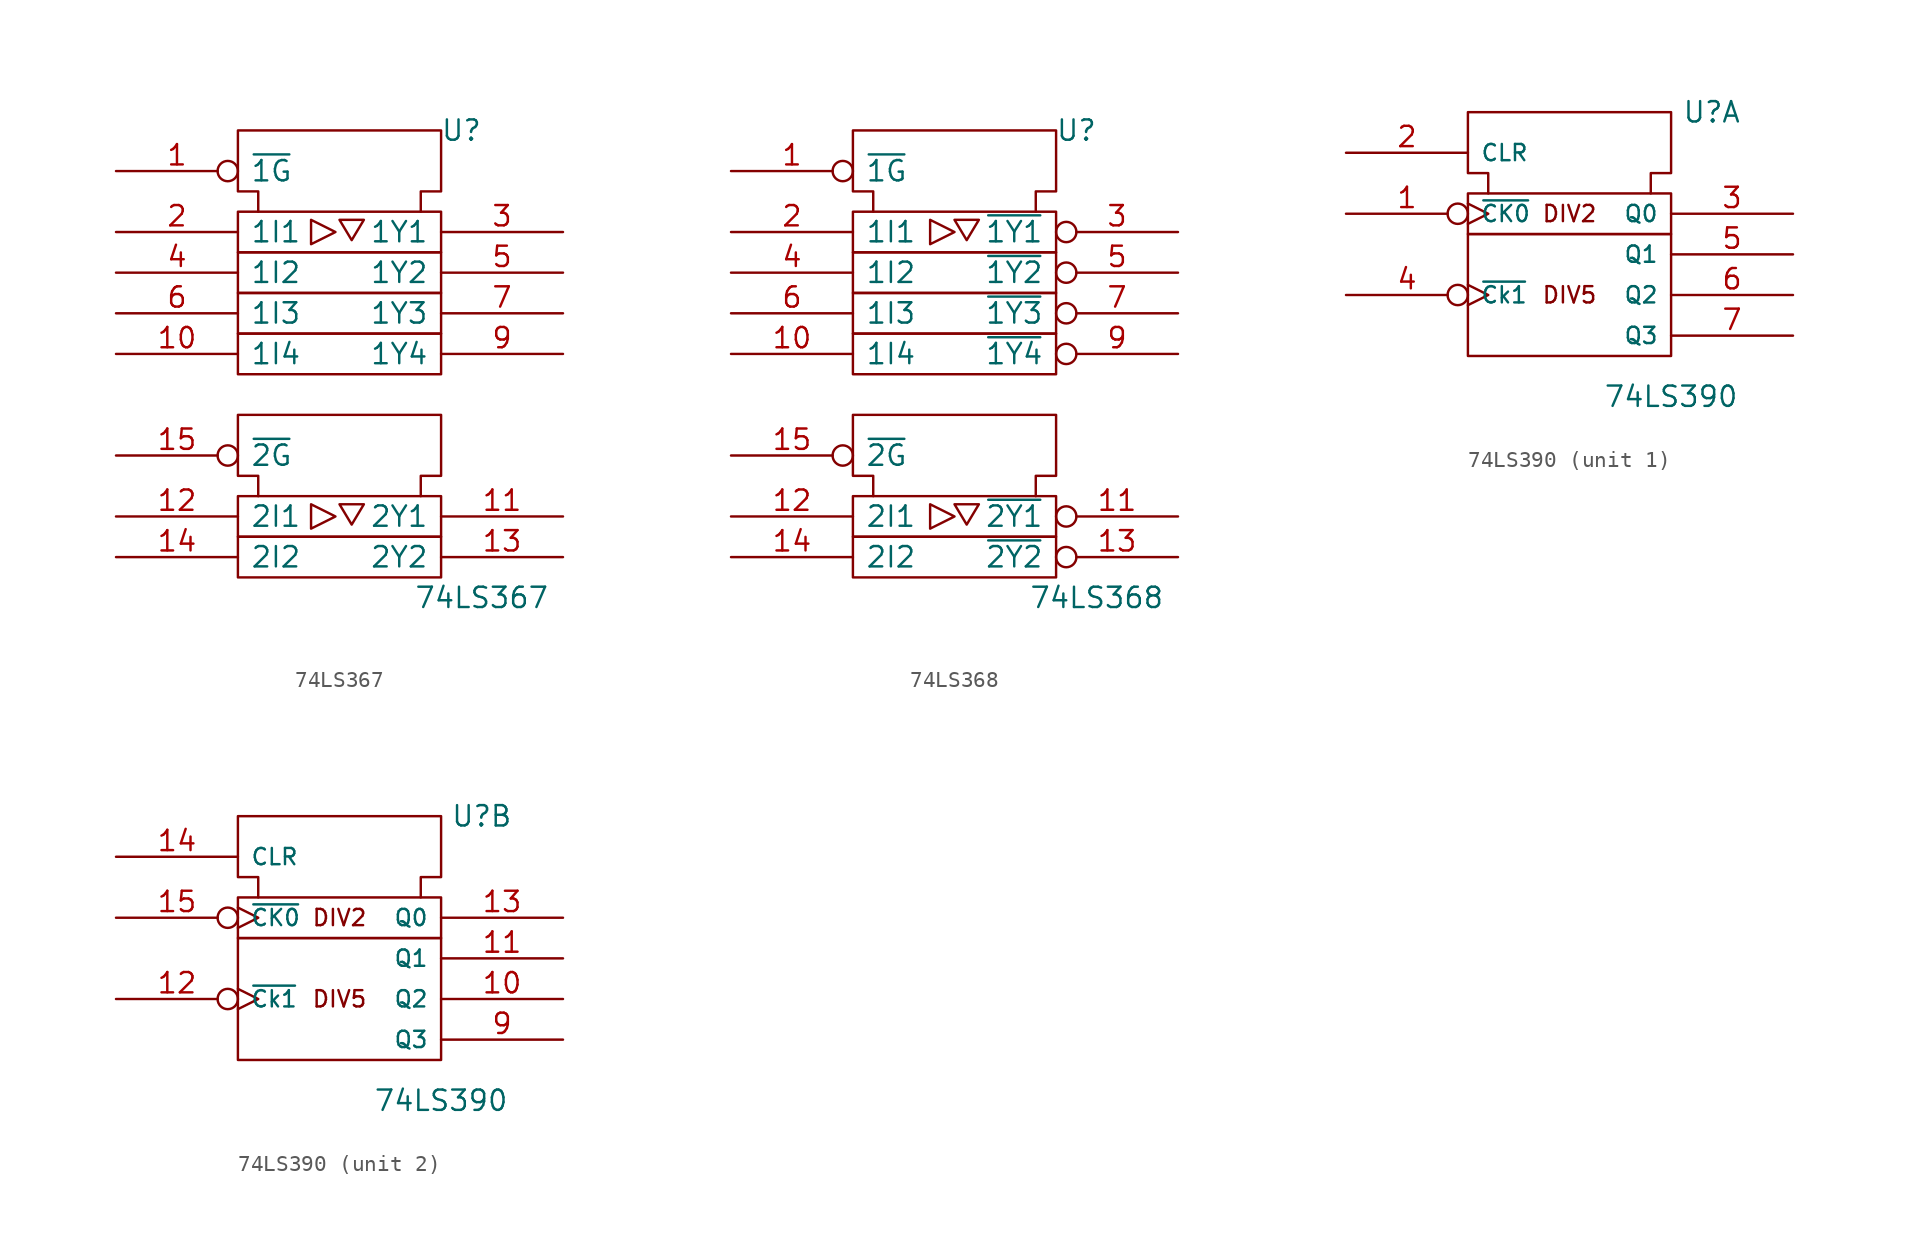
<source format=kicad_sym>
(kicad_symbol_lib
  (version 20211014)
  (generator kicad_symbol_editor)
  (symbol "74LS367"
    (pin_names
      (offset 0.762))
    (property "Reference" "U"
      (at 7.62 8.89 0)
      (effects (font (size 1.27 1.27))))
    (property "Value" "74LS367"
      (at 8.89 -20.32 0)
      (effects (font (size 1.27 1.27))))
    (symbol "74LS367_0_0"
      (rectangle (start -6.35 -16.51) (end 6.35 -19.05) (stroke (width 0) (type default) (color 0 0 0 0)) (fill (type none)))
      (rectangle (start -6.35 -13.97) (end 6.35 -16.51) (stroke (width 0) (type default) (color 0 0 0 0)) (fill (type none)))
      (rectangle (start -6.35 -3.81) (end 6.35 -6.35) (stroke (width 0) (type default) (color 0 0 0 0)) (fill (type none)))
      (rectangle (start -6.35 -1.27) (end 6.35 -3.81) (stroke (width 0) (type default) (color 0 0 0 0)) (fill (type none)))
      (rectangle (start -6.35 1.27) (end 6.35 -1.27) (stroke (width 0) (type default) (color 0 0 0 0)) (fill (type none)))
      (rectangle (start -6.35 3.81) (end 6.35 1.27) (stroke (width 0) (type default) (color 0 0 0 0)) (fill (type none)))
      (polyline (pts (xy -1.778 -14.478) (xy -1.778 -16.002) (xy -0.254 -15.24) (xy -1.778 -14.478) (xy -1.778 -14.478)) (stroke (width 0) (type default) (color 0 0 0 0)) (fill (type none)))
      (polyline (pts (xy -1.778 3.302) (xy -0.254 2.54) (xy -1.778 1.778) (xy -1.778 3.302) (xy -1.778 3.302)) (stroke (width 0) (type default) (color 0 0 0 0)) (fill (type none)))
      (polyline (pts (xy -5.08 -13.97) (xy -5.08 -12.7) (xy -6.35 -12.7) (xy -6.35 -8.89) (xy 6.35 -8.89) (xy 6.35 -12.7) (xy 5.08 -12.7) (xy 5.08 -13.97) (xy 5.08 -13.97)) (stroke (width 0) (type default) (color 0 0 0 0)) (fill (type none)))
      (polyline (pts (xy -5.08 3.81) (xy -5.08 5.08) (xy -6.35 5.08) (xy -6.35 8.89) (xy 6.35 8.89) (xy 6.35 5.08) (xy 5.08 5.08) (xy 5.08 3.81) (xy 5.08 3.81)) (stroke (width 0) (type default) (color 0 0 0 0)) (fill (type none)))
      (pin power_in line (at 5.08 8.89 270) (length 0) hide (name "VCC" (effects (font (size 1.27 1.27)))) (number "16" (effects (font (size 1.27 1.27)))))
      (pin power_in line (at 1.27 8.89 270) (length 0) hide (name "GND" (effects (font (size 1.27 1.27)))) (number "8" (effects (font (size 1.27 1.27))))))
    (symbol "74LS367_0_1"
      (polyline (pts (xy 0 -14.478) (xy 1.524 -14.478) (xy 0.762 -15.748) (xy 0 -14.478) (xy 0 -14.478)) (stroke (width 0) (type default) (color 0 0 0 0)) (fill (type none)))
      (polyline (pts (xy 0 3.302) (xy 1.524 3.302) (xy 0.762 2.032) (xy 0 3.302) (xy 0 3.302)) (stroke (width 0) (type default) (color 0 0 0 0)) (fill (type none))))
    (symbol "74LS367_1_1"
      (pin input inverted (at -13.97 6.35 0) (length 7.62) (name "~{1G}" (effects (font (size 1.27 1.27)))) (number "1" (effects (font (size 1.27 1.27)))))
      (pin input line (at -13.97 -5.08 0) (length 7.62) (name "1I4" (effects (font (size 1.27 1.27)))) (number "10" (effects (font (size 1.27 1.27)))))
      (pin tri_state line (at 13.97 -15.24 180) (length 7.62) (name "2Y1" (effects (font (size 1.27 1.27)))) (number "11" (effects (font (size 1.27 1.27)))))
      (pin input line (at -13.97 -15.24 0) (length 7.62) (name "2I1" (effects (font (size 1.27 1.27)))) (number "12" (effects (font (size 1.27 1.27)))))
      (pin tri_state line (at 13.97 -17.78 180) (length 7.62) (name "2Y2" (effects (font (size 1.27 1.27)))) (number "13" (effects (font (size 1.27 1.27)))))
      (pin input line (at -13.97 -17.78 0) (length 7.62) (name "2I2" (effects (font (size 1.27 1.27)))) (number "14" (effects (font (size 1.27 1.27)))))
      (pin input inverted (at -13.97 -11.43 0) (length 7.62) (name "~{2G}" (effects (font (size 1.27 1.27)))) (number "15" (effects (font (size 1.27 1.27)))))
      (pin input line (at -13.97 2.54 0) (length 7.62) (name "1I1" (effects (font (size 1.27 1.27)))) (number "2" (effects (font (size 1.27 1.27)))))
      (pin tri_state line (at 13.97 2.54 180) (length 7.62) (name "1Y1" (effects (font (size 1.27 1.27)))) (number "3" (effects (font (size 1.27 1.27)))))
      (pin input line (at -13.97 0 0) (length 7.62) (name "1I2" (effects (font (size 1.27 1.27)))) (number "4" (effects (font (size 1.27 1.27)))))
      (pin tri_state line (at 13.97 0 180) (length 7.62) (name "1Y2" (effects (font (size 1.27 1.27)))) (number "5" (effects (font (size 1.27 1.27)))))
      (pin input line (at -13.97 -2.54 0) (length 7.62) (name "1I3" (effects (font (size 1.27 1.27)))) (number "6" (effects (font (size 1.27 1.27)))))
      (pin tri_state line (at 13.97 -2.54 180) (length 7.62) (name "1Y3" (effects (font (size 1.27 1.27)))) (number "7" (effects (font (size 1.27 1.27)))))
      (pin tri_state line (at 13.97 -5.08 180) (length 7.62) (name "1Y4" (effects (font (size 1.27 1.27)))) (number "9" (effects (font (size 1.27 1.27)))))))
  (symbol "74LS368"
    (pin_names
      (offset 0.762))
    (property "Reference" "U"
      (at 7.62 8.89 0)
      (effects (font (size 1.27 1.27))))
    (property "Value" "74LS368"
      (at 8.89 -20.32 0)
      (effects (font (size 1.27 1.27))))
    (symbol "74LS368_0_0"
      (rectangle (start -6.35 -16.51) (end 6.35 -19.05) (stroke (width 0) (type default) (color 0 0 0 0)) (fill (type none)))
      (rectangle (start -6.35 -13.97) (end 6.35 -16.51) (stroke (width 0) (type default) (color 0 0 0 0)) (fill (type none)))
      (rectangle (start -6.35 -3.81) (end 6.35 -6.35) (stroke (width 0) (type default) (color 0 0 0 0)) (fill (type none)))
      (rectangle (start -6.35 -1.27) (end 6.35 -3.81) (stroke (width 0) (type default) (color 0 0 0 0)) (fill (type none)))
      (rectangle (start -6.35 1.27) (end 6.35 -1.27) (stroke (width 0) (type default) (color 0 0 0 0)) (fill (type none)))
      (rectangle (start -6.35 3.81) (end 6.35 1.27) (stroke (width 0) (type default) (color 0 0 0 0)) (fill (type none)))
      (polyline (pts (xy -1.524 -14.478) (xy -1.524 -16.002) (xy 0 -15.24) (xy -1.524 -14.478) (xy -1.524 -14.478)) (stroke (width 0) (type default) (color 0 0 0 0)) (fill (type none)))
      (polyline (pts (xy -1.524 3.302) (xy 0 2.54) (xy -1.524 1.778) (xy -1.524 3.302) (xy -1.524 3.302)) (stroke (width 0) (type default) (color 0 0 0 0)) (fill (type none)))
      (polyline (pts (xy -5.08 -13.97) (xy -5.08 -12.7) (xy -6.35 -12.7) (xy -6.35 -8.89) (xy 6.35 -8.89) (xy 6.35 -12.7) (xy 5.08 -12.7) (xy 5.08 -13.97) (xy 5.08 -13.97)) (stroke (width 0) (type default) (color 0 0 0 0)) (fill (type none)))
      (polyline (pts (xy -5.08 3.81) (xy -5.08 5.08) (xy -6.35 5.08) (xy -6.35 8.89) (xy 6.35 8.89) (xy 6.35 5.08) (xy 5.08 5.08) (xy 5.08 3.81) (xy 5.08 3.81)) (stroke (width 0) (type default) (color 0 0 0 0)) (fill (type none)))
      (pin power_in line (at 3.81 8.89 270) (length 0) hide (name "VCC" (effects (font (size 1.27 1.27)))) (number "16" (effects (font (size 1.27 1.27)))))
      (pin power_in line (at 0 8.89 270) (length 0) hide (name "GND" (effects (font (size 1.27 1.27)))) (number "8" (effects (font (size 1.27 1.27))))))
    (symbol "74LS368_0_1"
      (polyline (pts (xy 0 -14.478) (xy 1.524 -14.478) (xy 0.762 -15.748) (xy 0 -14.478) (xy 0 -14.478)) (stroke (width 0) (type default) (color 0 0 0 0)) (fill (type none)))
      (polyline (pts (xy 0 3.302) (xy 1.524 3.302) (xy 0.762 2.032) (xy 0 3.302) (xy 0.254 3.302)) (stroke (width 0) (type default) (color 0 0 0 0)) (fill (type none))))
    (symbol "74LS368_1_1"
      (pin input inverted (at -13.97 6.35 0) (length 7.62) (name "~{1G}" (effects (font (size 1.27 1.27)))) (number "1" (effects (font (size 1.27 1.27)))))
      (pin input line (at -13.97 -5.08 0) (length 7.62) (name "1I4" (effects (font (size 1.27 1.27)))) (number "10" (effects (font (size 1.27 1.27)))))
      (pin tri_state inverted (at 13.97 -15.24 180) (length 7.62) (name "~{2Y1}" (effects (font (size 1.27 1.27)))) (number "11" (effects (font (size 1.27 1.27)))))
      (pin input line (at -13.97 -15.24 0) (length 7.62) (name "2I1" (effects (font (size 1.27 1.27)))) (number "12" (effects (font (size 1.27 1.27)))))
      (pin tri_state inverted (at 13.97 -17.78 180) (length 7.62) (name "~{2Y2}" (effects (font (size 1.27 1.27)))) (number "13" (effects (font (size 1.27 1.27)))))
      (pin input line (at -13.97 -17.78 0) (length 7.62) (name "2I2" (effects (font (size 1.27 1.27)))) (number "14" (effects (font (size 1.27 1.27)))))
      (pin input inverted (at -13.97 -11.43 0) (length 7.62) (name "~{2G}" (effects (font (size 1.27 1.27)))) (number "15" (effects (font (size 1.27 1.27)))))
      (pin input line (at -13.97 2.54 0) (length 7.62) (name "1I1" (effects (font (size 1.27 1.27)))) (number "2" (effects (font (size 1.27 1.27)))))
      (pin tri_state inverted (at 13.97 2.54 180) (length 7.62) (name "~{1Y1}" (effects (font (size 1.27 1.27)))) (number "3" (effects (font (size 1.27 1.27)))))
      (pin input line (at -13.97 0 0) (length 7.62) (name "1I2" (effects (font (size 1.27 1.27)))) (number "4" (effects (font (size 1.27 1.27)))))
      (pin tri_state inverted (at 13.97 0 180) (length 7.62) (name "~{1Y2}" (effects (font (size 1.27 1.27)))) (number "5" (effects (font (size 1.27 1.27)))))
      (pin input line (at -13.97 -2.54 0) (length 7.62) (name "1I3" (effects (font (size 1.27 1.27)))) (number "6" (effects (font (size 1.27 1.27)))))
      (pin tri_state inverted (at 13.97 -2.54 180) (length 7.62) (name "~{1Y3}" (effects (font (size 1.27 1.27)))) (number "7" (effects (font (size 1.27 1.27)))))
      (pin tri_state inverted (at 13.97 -5.08 180) (length 7.62) (name "~{1Y4}" (effects (font (size 1.27 1.27)))) (number "9" (effects (font (size 1.27 1.27)))))))
  (symbol "74LS390"
    (pin_names
      (offset 0.762))
    (property "Reference" "U"
      (at 8.89 10.16 0)
      (effects (font (size 1.27 1.27))))
    (property "Value" "74LS390"
      (at 6.35 -7.62 0)
      (effects (font (size 1.27 1.27))))
    (symbol "74LS390_0_0"
      (rectangle (start -6.35 2.54) (end 6.35 -5.08) (stroke (width 0) (type default) (color 0 0 0 0)) (fill (type none)))
      (rectangle (start -6.35 5.08) (end 6.35 2.54) (stroke (width 0) (type default) (color 0 0 0 0)) (fill (type none)))
      (polyline (pts (xy -5.08 5.08) (xy -5.08 6.35) (xy -6.35 6.35) (xy -6.35 10.16) (xy 6.35 10.16) (xy 6.35 6.35) (xy 5.08 6.35) (xy 5.08 5.08) (xy 5.08 5.08)) (stroke (width 0) (type default) (color 0 0 0 0)) (fill (type none)))
      (text "DIV2" (at 0 3.81 0) (effects (font (size 1.016 1.016))))
      (text "DIV5" (at 0 -1.27 0) (effects (font (size 1.016 1.016))))
      (pin power_in line (at 3.81 10.16 270) (length 0) hide (name "VCC" (effects (font (size 1.016 1.016)))) (number "16" (effects (font (size 1.27 1.27)))))
      (pin power_in line (at 1.27 10.16 270) (length 0) hide (name "GND" (effects (font (size 1.016 1.016)))) (number "8" (effects (font (size 1.27 1.27))))))
    (symbol "74LS390_1_1"
      (pin input inverted_clock (at -13.97 3.81 0) (length 7.62) (name "~{CK0}" (effects (font (size 1.016 1.016)))) (number "1" (effects (font (size 1.27 1.27)))))
      (pin input line (at -13.97 7.62 0) (length 7.62) (name "CLR" (effects (font (size 1.016 1.016)))) (number "2" (effects (font (size 1.27 1.27)))))
      (pin output line (at 13.97 3.81 180) (length 7.62) (name "Q0" (effects (font (size 1.016 1.016)))) (number "3" (effects (font (size 1.27 1.27)))))
      (pin input inverted_clock (at -13.97 -1.27 0) (length 7.62) (name "~{Ck1}" (effects (font (size 1.016 1.016)))) (number "4" (effects (font (size 1.27 1.27)))))
      (pin output line (at 13.97 1.27 180) (length 7.62) (name "Q1" (effects (font (size 1.016 1.016)))) (number "5" (effects (font (size 1.27 1.27)))))
      (pin output line (at 13.97 -1.27 180) (length 7.62) (name "Q2" (effects (font (size 1.016 1.016)))) (number "6" (effects (font (size 1.27 1.27)))))
      (pin output line (at 13.97 -3.81 180) (length 7.62) (name "Q3" (effects (font (size 1.016 1.016)))) (number "7" (effects (font (size 1.27 1.27))))))
    (symbol "74LS390_2_1"
      (pin output line (at 13.97 -1.27 180) (length 7.62) (name "Q2" (effects (font (size 1.016 1.016)))) (number "10" (effects (font (size 1.27 1.27)))))
      (pin output line (at 13.97 1.27 180) (length 7.62) (name "Q1" (effects (font (size 1.016 1.016)))) (number "11" (effects (font (size 1.27 1.27)))))
      (pin input inverted_clock (at -13.97 -1.27 0) (length 7.62) (name "~{Ck1}" (effects (font (size 1.016 1.016)))) (number "12" (effects (font (size 1.27 1.27)))))
      (pin output line (at 13.97 3.81 180) (length 7.62) (name "Q0" (effects (font (size 1.016 1.016)))) (number "13" (effects (font (size 1.27 1.27)))))
      (pin input line (at -13.97 7.62 0) (length 7.62) (name "CLR" (effects (font (size 1.016 1.016)))) (number "14" (effects (font (size 1.27 1.27)))))
      (pin input inverted_clock (at -13.97 3.81 0) (length 7.62) (name "~{CK0}" (effects (font (size 1.016 1.016)))) (number "15" (effects (font (size 1.27 1.27)))))
      (pin output line (at 13.97 -3.81 180) (length 7.62) (name "Q3" (effects (font (size 1.016 1.016)))) (number "9" (effects (font (size 1.27 1.27))))))))
</source>
